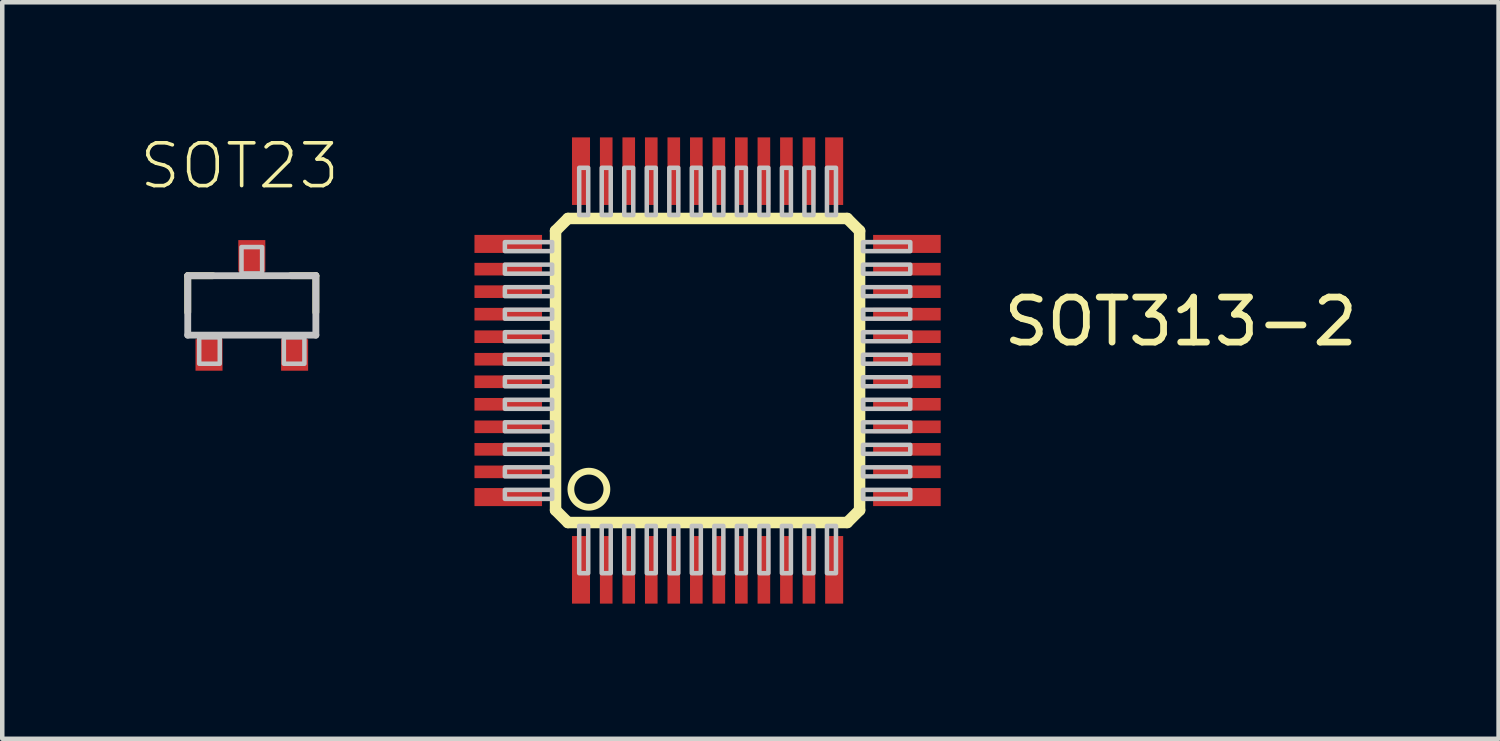
<source format=kicad_pcb>
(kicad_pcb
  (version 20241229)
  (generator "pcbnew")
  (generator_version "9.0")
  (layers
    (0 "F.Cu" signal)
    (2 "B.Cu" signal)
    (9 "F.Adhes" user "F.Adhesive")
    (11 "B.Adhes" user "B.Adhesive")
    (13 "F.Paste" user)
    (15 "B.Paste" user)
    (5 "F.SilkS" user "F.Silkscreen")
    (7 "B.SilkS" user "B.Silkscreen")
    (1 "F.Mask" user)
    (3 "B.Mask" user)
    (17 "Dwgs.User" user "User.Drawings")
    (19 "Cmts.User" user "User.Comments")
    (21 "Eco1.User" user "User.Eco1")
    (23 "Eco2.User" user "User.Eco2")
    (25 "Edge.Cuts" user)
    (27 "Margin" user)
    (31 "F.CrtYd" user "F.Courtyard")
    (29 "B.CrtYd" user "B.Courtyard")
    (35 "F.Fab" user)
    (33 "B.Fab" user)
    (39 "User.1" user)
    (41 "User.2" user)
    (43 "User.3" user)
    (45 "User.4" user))
  (footprint "SOT313-2"
    (layer "F.Cu")
    (at 12.658 5.175)
    (property "Reference" "SOT313-2" (at 6.5 -0.5 0) (layer "F.SilkS") (effects (font (size 1 1) (thickness 0.15)) (justify left bottom)))
    (attr through_hole)
    (fp_line (start -3.375 -3.1) (end -3.1 -3.375) (stroke (width 0.254) (type solid)) (layer "F.SilkS"))
    (fp_line (start -3.375 3.1) (end -3.375 -3.1) (stroke (width 0.254) (type solid)) (layer "F.SilkS"))
    (fp_line (start -3.1 -3.375) (end 3.1 -3.375) (stroke (width 0.254) (type solid)) (layer "F.SilkS"))
    (fp_line (start -3.1 3.375) (end -3.375 3.1) (stroke (width 0.254) (type solid)) (layer "F.SilkS"))
    (fp_line (start 3.1 -3.375) (end 3.375 -3.1) (stroke (width 0.254) (type solid)) (layer "F.SilkS"))
    (fp_line (start 3.1 3.375) (end -3.1 3.375) (stroke (width 0.254) (type solid)) (layer "F.SilkS"))
    (fp_line (start 3.375 -3.1) (end 3.375 3.1) (stroke (width 0.254) (type solid)) (layer "F.SilkS"))
    (fp_line (start 3.375 3.1) (end 3.1 3.375) (stroke (width 0.254) (type solid)) (layer "F.SilkS"))
    (fp_circle (center -2.635 2.635) (end -2.235 2.635) (stroke (width 0.15) (type solid)) (fill no) (layer "F.SilkS"))
    (fp_poly (pts (xy -4.5 -2.65) (xy -3.45 -2.65) (xy -3.45 -2.85) (xy -4.5 -2.85)) (stroke (width 0.1) (type solid)) (fill no) (layer "Dwgs.User"))
    (fp_poly (pts (xy -4.5 -2.15) (xy -3.45 -2.15) (xy -3.45 -2.35) (xy -4.5 -2.35)) (stroke (width 0.1) (type solid)) (fill no) (layer "Dwgs.User"))
    (fp_poly (pts (xy -4.5 -1.65) (xy -3.45 -1.65) (xy -3.45 -1.85) (xy -4.5 -1.85)) (stroke (width 0.1) (type solid)) (fill no) (layer "Dwgs.User"))
    (fp_poly (pts (xy -4.5 -1.15) (xy -3.45 -1.15) (xy -3.45 -1.35) (xy -4.5 -1.35)) (stroke (width 0.1) (type solid)) (fill no) (layer "Dwgs.User"))
    (fp_poly (pts (xy -4.5 -0.65) (xy -3.45 -0.65) (xy -3.45 -0.85) (xy -4.5 -0.85)) (stroke (width 0.1) (type solid)) (fill no) (layer "Dwgs.User"))
    (fp_poly (pts (xy -4.5 -0.15) (xy -3.45 -0.15) (xy -3.45 -0.35) (xy -4.5 -0.35)) (stroke (width 0.1) (type solid)) (fill no) (layer "Dwgs.User"))
    (fp_poly (pts (xy -4.5 0.35) (xy -3.45 0.35) (xy -3.45 0.15) (xy -4.5 0.15)) (stroke (width 0.1) (type solid)) (fill no) (layer "Dwgs.User"))
    (fp_poly (pts (xy -4.5 0.85) (xy -3.45 0.85) (xy -3.45 0.65) (xy -4.5 0.65)) (stroke (width 0.1) (type solid)) (fill no) (layer "Dwgs.User"))
    (fp_poly (pts (xy -4.5 1.35) (xy -3.45 1.35) (xy -3.45 1.15) (xy -4.5 1.15)) (stroke (width 0.1) (type solid)) (fill no) (layer "Dwgs.User"))
    (fp_poly (pts (xy -4.5 1.85) (xy -3.45 1.85) (xy -3.45 1.65) (xy -4.5 1.65)) (stroke (width 0.1) (type solid)) (fill no) (layer "Dwgs.User"))
    (fp_poly (pts (xy -4.5 2.35) (xy -3.45 2.35) (xy -3.45 2.15) (xy -4.5 2.15)) (stroke (width 0.1) (type solid)) (fill no) (layer "Dwgs.User"))
    (fp_poly (pts (xy -4.5 2.85) (xy -3.45 2.85) (xy -3.45 2.65) (xy -4.5 2.65)) (stroke (width 0.1) (type solid)) (fill no) (layer "Dwgs.User"))
    (fp_poly (pts (xy -2.85 -3.45) (xy -2.65 -3.45) (xy -2.65 -4.5) (xy -2.85 -4.5)) (stroke (width 0.1) (type solid)) (fill no) (layer "Dwgs.User"))
    (fp_poly (pts (xy -2.85 4.5) (xy -2.65 4.5) (xy -2.65 3.45) (xy -2.85 3.45)) (stroke (width 0.1) (type solid)) (fill no) (layer "Dwgs.User"))
    (fp_poly (pts (xy -2.35 -3.45) (xy -2.15 -3.45) (xy -2.15 -4.5) (xy -2.35 -4.5)) (stroke (width 0.1) (type solid)) (fill no) (layer "Dwgs.User"))
    (fp_poly (pts (xy -2.35 4.5) (xy -2.15 4.5) (xy -2.15 3.45) (xy -2.35 3.45)) (stroke (width 0.1) (type solid)) (fill no) (layer "Dwgs.User"))
    (fp_poly (pts (xy -1.85 -3.45) (xy -1.65 -3.45) (xy -1.65 -4.5) (xy -1.85 -4.5)) (stroke (width 0.1) (type solid)) (fill no) (layer "Dwgs.User"))
    (fp_poly (pts (xy -1.85 4.5) (xy -1.65 4.5) (xy -1.65 3.45) (xy -1.85 3.45)) (stroke (width 0.1) (type solid)) (fill no) (layer "Dwgs.User"))
    (fp_poly (pts (xy -1.35 -3.45) (xy -1.15 -3.45) (xy -1.15 -4.5) (xy -1.35 -4.5)) (stroke (width 0.1) (type solid)) (fill no) (layer "Dwgs.User"))
    (fp_poly (pts (xy -1.35 4.5) (xy -1.15 4.5) (xy -1.15 3.45) (xy -1.35 3.45)) (stroke (width 0.1) (type solid)) (fill no) (layer "Dwgs.User"))
    (fp_poly (pts (xy -0.85 -3.45) (xy -0.65 -3.45) (xy -0.65 -4.5) (xy -0.85 -4.5)) (stroke (width 0.1) (type solid)) (fill no) (layer "Dwgs.User"))
    (fp_poly (pts (xy -0.85 4.5) (xy -0.65 4.5) (xy -0.65 3.45) (xy -0.85 3.45)) (stroke (width 0.1) (type solid)) (fill no) (layer "Dwgs.User"))
    (fp_poly (pts (xy -0.35 -3.45) (xy -0.15 -3.45) (xy -0.15 -4.5) (xy -0.35 -4.5)) (stroke (width 0.1) (type solid)) (fill no) (layer "Dwgs.User"))
    (fp_poly (pts (xy -0.35 4.5) (xy -0.15 4.5) (xy -0.15 3.45) (xy -0.35 3.45)) (stroke (width 0.1) (type solid)) (fill no) (layer "Dwgs.User"))
    (fp_poly (pts (xy 0.15 -3.45) (xy 0.35 -3.45) (xy 0.35 -4.5) (xy 0.15 -4.5)) (stroke (width 0.1) (type solid)) (fill no) (layer "Dwgs.User"))
    (fp_poly (pts (xy 0.15 4.5) (xy 0.35 4.5) (xy 0.35 3.45) (xy 0.15 3.45)) (stroke (width 0.1) (type solid)) (fill no) (layer "Dwgs.User"))
    (fp_poly (pts (xy 0.65 -3.45) (xy 0.85 -3.45) (xy 0.85 -4.5) (xy 0.65 -4.5)) (stroke (width 0.1) (type solid)) (fill no) (layer "Dwgs.User"))
    (fp_poly (pts (xy 0.65 4.5) (xy 0.85 4.5) (xy 0.85 3.45) (xy 0.65 3.45)) (stroke (width 0.1) (type solid)) (fill no) (layer "Dwgs.User"))
    (fp_poly (pts (xy 1.15 -3.45) (xy 1.35 -3.45) (xy 1.35 -4.5) (xy 1.15 -4.5)) (stroke (width 0.1) (type solid)) (fill no) (layer "Dwgs.User"))
    (fp_poly (pts (xy 1.15 4.5) (xy 1.35 4.5) (xy 1.35 3.45) (xy 1.15 3.45)) (stroke (width 0.1) (type solid)) (fill no) (layer "Dwgs.User"))
    (fp_poly (pts (xy 1.65 -3.45) (xy 1.85 -3.45) (xy 1.85 -4.5) (xy 1.65 -4.5)) (stroke (width 0.1) (type solid)) (fill no) (layer "Dwgs.User"))
    (fp_poly (pts (xy 1.65 4.5) (xy 1.85 4.5) (xy 1.85 3.45) (xy 1.65 3.45)) (stroke (width 0.1) (type solid)) (fill no) (layer "Dwgs.User"))
    (fp_poly (pts (xy 2.15 -3.45) (xy 2.35 -3.45) (xy 2.35 -4.5) (xy 2.15 -4.5)) (stroke (width 0.1) (type solid)) (fill no) (layer "Dwgs.User"))
    (fp_poly (pts (xy 2.15 4.5) (xy 2.35 4.5) (xy 2.35 3.45) (xy 2.15 3.45)) (stroke (width 0.1) (type solid)) (fill no) (layer "Dwgs.User"))
    (fp_poly (pts (xy 2.65 -3.45) (xy 2.85 -3.45) (xy 2.85 -4.5) (xy 2.65 -4.5)) (stroke (width 0.1) (type solid)) (fill no) (layer "Dwgs.User"))
    (fp_poly (pts (xy 2.65 4.5) (xy 2.85 4.5) (xy 2.85 3.45) (xy 2.65 3.45)) (stroke (width 0.1) (type solid)) (fill no) (layer "Dwgs.User"))
    (fp_poly (pts (xy 3.45 -2.65) (xy 4.5 -2.65) (xy 4.5 -2.85) (xy 3.45 -2.85)) (stroke (width 0.1) (type solid)) (fill no) (layer "Dwgs.User"))
    (fp_poly (pts (xy 3.45 -2.15) (xy 4.5 -2.15) (xy 4.5 -2.35) (xy 3.45 -2.35)) (stroke (width 0.1) (type solid)) (fill no) (layer "Dwgs.User"))
    (fp_poly (pts (xy 3.45 -1.65) (xy 4.5 -1.65) (xy 4.5 -1.85) (xy 3.45 -1.85)) (stroke (width 0.1) (type solid)) (fill no) (layer "Dwgs.User"))
    (fp_poly (pts (xy 3.45 -1.15) (xy 4.5 -1.15) (xy 4.5 -1.35) (xy 3.45 -1.35)) (stroke (width 0.1) (type solid)) (fill no) (layer "Dwgs.User"))
    (fp_poly (pts (xy 3.45 -0.65) (xy 4.5 -0.65) (xy 4.5 -0.85) (xy 3.45 -0.85)) (stroke (width 0.1) (type solid)) (fill no) (layer "Dwgs.User"))
    (fp_poly (pts (xy 3.45 -0.15) (xy 4.5 -0.15) (xy 4.5 -0.35) (xy 3.45 -0.35)) (stroke (width 0.1) (type solid)) (fill no) (layer "Dwgs.User"))
    (fp_poly (pts (xy 3.45 0.35) (xy 4.5 0.35) (xy 4.5 0.15) (xy 3.45 0.15)) (stroke (width 0.1) (type solid)) (fill no) (layer "Dwgs.User"))
    (fp_poly (pts (xy 3.45 0.85) (xy 4.5 0.85) (xy 4.5 0.65) (xy 3.45 0.65)) (stroke (width 0.1) (type solid)) (fill no) (layer "Dwgs.User"))
    (fp_poly (pts (xy 3.45 1.35) (xy 4.5 1.35) (xy 4.5 1.15) (xy 3.45 1.15)) (stroke (width 0.1) (type solid)) (fill no) (layer "Dwgs.User"))
    (fp_poly (pts (xy 3.45 1.85) (xy 4.5 1.85) (xy 4.5 1.65) (xy 3.45 1.65)) (stroke (width 0.1) (type solid)) (fill no) (layer "Dwgs.User"))
    (fp_poly (pts (xy 3.45 2.35) (xy 4.5 2.35) (xy 4.5 2.15) (xy 3.45 2.15)) (stroke (width 0.1) (type solid)) (fill no) (layer "Dwgs.User"))
    (fp_poly (pts (xy 3.45 2.85) (xy 4.5 2.85) (xy 4.5 2.65) (xy 3.45 2.65)) (stroke (width 0.1) (type solid)) (fill no) (layer "Dwgs.User"))
    (pad "1" smd rect (at -2.81 4.425) (size 0.4 1.5) (layers "F.Cu" "F.Mask" "F.Paste"))
    (pad "2" smd rect (at -2.25 4.425) (size 0.28 1.5) (layers "F.Cu" "F.Mask" "F.Paste"))
    (pad "3" smd rect (at -1.75 4.425) (size 0.28 1.5) (layers "F.Cu" "F.Mask" "F.Paste"))
    (pad "4" smd rect (at -1.25 4.425) (size 0.28 1.5) (layers "F.Cu" "F.Mask" "F.Paste"))
    (pad "5" smd rect (at -0.75 4.425) (size 0.28 1.5) (layers "F.Cu" "F.Mask" "F.Paste"))
    (pad "6" smd rect (at -0.25 4.425) (size 0.28 1.5) (layers "F.Cu" "F.Mask" "F.Paste"))
    (pad "7" smd rect (at 0.25 4.425) (size 0.28 1.5) (layers "F.Cu" "F.Mask" "F.Paste"))
    (pad "8" smd rect (at 0.75 4.425) (size 0.28 1.5) (layers "F.Cu" "F.Mask" "F.Paste"))
    (pad "9" smd rect (at 1.25 4.425) (size 0.28 1.5) (layers "F.Cu" "F.Mask" "F.Paste"))
    (pad "10" smd rect (at 1.75 4.425) (size 0.28 1.5) (layers "F.Cu" "F.Mask" "F.Paste"))
    (pad "11" smd rect (at 2.25 4.425) (size 0.28 1.5) (layers "F.Cu" "F.Mask" "F.Paste"))
    (pad "12" smd rect (at 2.81 4.425) (size 0.4 1.5) (layers "F.Cu" "F.Mask" "F.Paste"))
    (pad "13" smd rect (at 4.425 2.81) (size 1.5 0.4) (layers "F.Cu" "F.Mask" "F.Paste"))
    (pad "14" smd rect (at 4.425 2.25) (size 1.5 0.28) (layers "F.Cu" "F.Mask" "F.Paste"))
    (pad "15" smd rect (at 4.425 1.75) (size 1.5 0.28) (layers "F.Cu" "F.Mask" "F.Paste"))
    (pad "16" smd rect (at 4.425 1.25) (size 1.5 0.28) (layers "F.Cu" "F.Mask" "F.Paste"))
    (pad "17" smd rect (at 4.425 0.75) (size 1.5 0.28) (layers "F.Cu" "F.Mask" "F.Paste"))
    (pad "18" smd rect (at 4.425 0.25) (size 1.5 0.28) (layers "F.Cu" "F.Mask" "F.Paste"))
    (pad "19" smd rect (at 4.425 -0.25) (size 1.5 0.28) (layers "F.Cu" "F.Mask" "F.Paste"))
    (pad "20" smd rect (at 4.425 -0.75) (size 1.5 0.28) (layers "F.Cu" "F.Mask" "F.Paste"))
    (pad "21" smd rect (at 4.425 -1.25) (size 1.5 0.28) (layers "F.Cu" "F.Mask" "F.Paste"))
    (pad "22" smd rect (at 4.425 -1.75) (size 1.5 0.28) (layers "F.Cu" "F.Mask" "F.Paste"))
    (pad "23" smd rect (at 4.425 -2.25) (size 1.5 0.28) (layers "F.Cu" "F.Mask" "F.Paste"))
    (pad "24" smd rect (at 4.425 -2.81) (size 1.5 0.4) (layers "F.Cu" "F.Mask" "F.Paste"))
    (pad "25" smd rect (at 2.81 -4.425) (size 0.4 1.5) (layers "F.Cu" "F.Mask" "F.Paste"))
    (pad "26" smd rect (at 2.25 -4.425) (size 0.28 1.5) (layers "F.Cu" "F.Mask" "F.Paste"))
    (pad "27" smd rect (at 1.75 -4.425) (size 0.28 1.5) (layers "F.Cu" "F.Mask" "F.Paste"))
    (pad "28" smd rect (at 1.25 -4.425) (size 0.28 1.5) (layers "F.Cu" "F.Mask" "F.Paste"))
    (pad "29" smd rect (at 0.75 -4.425) (size 0.28 1.5) (layers "F.Cu" "F.Mask" "F.Paste"))
    (pad "30" smd rect (at 0.25 -4.425) (size 0.28 1.5) (layers "F.Cu" "F.Mask" "F.Paste"))
    (pad "31" smd rect (at -0.25 -4.425) (size 0.28 1.5) (layers "F.Cu" "F.Mask" "F.Paste"))
    (pad "32" smd rect (at -0.75 -4.425) (size 0.28 1.5) (layers "F.Cu" "F.Mask" "F.Paste"))
    (pad "33" smd rect (at -1.25 -4.425) (size 0.28 1.5) (layers "F.Cu" "F.Mask" "F.Paste"))
    (pad "34" smd rect (at -1.75 -4.425) (size 0.28 1.5) (layers "F.Cu" "F.Mask" "F.Paste"))
    (pad "35" smd rect (at -2.25 -4.425) (size 0.28 1.5) (layers "F.Cu" "F.Mask" "F.Paste"))
    (pad "36" smd rect (at -2.81 -4.425) (size 0.4 1.5) (layers "F.Cu" "F.Mask" "F.Paste"))
    (pad "37" smd rect (at -4.425 -2.81) (size 1.5 0.4) (layers "F.Cu" "F.Mask" "F.Paste"))
    (pad "38" smd rect (at -4.425 -2.25) (size 1.5 0.28) (layers "F.Cu" "F.Mask" "F.Paste"))
    (pad "39" smd rect (at -4.425 -1.75) (size 1.5 0.28) (layers "F.Cu" "F.Mask" "F.Paste"))
    (pad "40" smd rect (at -4.425 -1.25) (size 1.5 0.28) (layers "F.Cu" "F.Mask" "F.Paste"))
    (pad "41" smd rect (at -4.425 -0.75) (size 1.5 0.28) (layers "F.Cu" "F.Mask" "F.Paste"))
    (pad "42" smd rect (at -4.425 -0.25) (size 1.5 0.28) (layers "F.Cu" "F.Mask" "F.Paste"))
    (pad "43" smd rect (at -4.425 0.25) (size 1.5 0.28) (layers "F.Cu" "F.Mask" "F.Paste"))
    (pad "44" smd rect (at -4.425 0.75) (size 1.5 0.28) (layers "F.Cu" "F.Mask" "F.Paste"))
    (pad "45" smd rect (at -4.425 1.25) (size 1.5 0.28) (layers "F.Cu" "F.Mask" "F.Paste"))
    (pad "46" smd rect (at -4.425 1.75) (size 1.5 0.28) (layers "F.Cu" "F.Mask" "F.Paste"))
    (pad "47" smd rect (at -4.425 2.25) (size 1.5 0.28) (layers "F.Cu" "F.Mask" "F.Paste"))
    (pad "48" smd rect (at -4.425 2.81) (size 1.5 0.4) (layers "F.Cu" "F.Mask" "F.Paste")))
  (footprint "SOT23"
    (layer "F.Cu")
    (at 2.54 3.73)
    (property "Reference" "SOT23" (at -2.54 -2.54 0) (layer "F.SilkS") (effects (font (size 0.95 0.95) (thickness 0.08)) (justify left bottom)))
    (attr through_hole)
    (fp_line (start -1.422 -0.66) (end -0.864 -0.66) (stroke (width 0.152) (type solid)) (layer "F.SilkS"))
    (fp_line (start -1.422 0.152) (end -1.422 -0.66) (stroke (width 0.152) (type solid)) (layer "F.SilkS"))
    (fp_line (start 0.864 -0.66) (end 1.422 -0.66) (stroke (width 0.152) (type solid)) (layer "F.SilkS"))
    (fp_line (start 1.422 -0.66) (end 1.422 0.152) (stroke (width 0.152) (type solid)) (layer "F.SilkS"))
    (fp_line (start -1.422 -0.66) (end 1.422 -0.66) (stroke (width 0.152) (type solid)) (layer "Dwgs.User"))
    (fp_line (start -1.422 0.66) (end -1.422 -0.66) (stroke (width 0.152) (type solid)) (layer "Dwgs.User"))
    (fp_line (start 1.422 -0.66) (end 1.422 0.66) (stroke (width 0.152) (type solid)) (layer "Dwgs.User"))
    (fp_line (start 1.422 0.66) (end -1.422 0.66) (stroke (width 0.152) (type solid)) (layer "Dwgs.User"))
    (fp_poly (pts (xy -1.168 1.295) (xy -0.711 1.295) (xy -0.711 0.711) (xy -1.168 0.711)) (stroke (width 0.1) (type solid)) (fill no) (layer "Dwgs.User"))
    (fp_poly (pts (xy -0.229 -0.711) (xy 0.229 -0.711) (xy 0.229 -1.295) (xy -0.229 -1.295)) (stroke (width 0.1) (type solid)) (fill no) (layer "Dwgs.User"))
    (fp_poly (pts (xy 0.711 1.295) (xy 1.168 1.295) (xy 1.168 0.711) (xy 0.711 0.711)) (stroke (width 0.1) (type solid)) (fill no) (layer "Dwgs.User"))
    (pad "1" smd rect (at -0.95 1.1) (size 0.6 0.7) (layers "F.Cu" "F.Mask" "F.Paste"))
    (pad "2" smd rect (at 0.95 1.1) (size 0.6 0.7) (layers "F.Cu" "F.Mask" "F.Paste"))
    (pad "3" smd rect (at 0 -1.1) (size 0.6 0.7) (layers "F.Cu" "F.Mask" "F.Paste")))
  (gr_rect
    (start -3 -3)
    (end 30.218 13.35)
    (stroke (width 0.1) (type default))
    (fill no)
    (layer "Edge.Cuts")))
</source>
